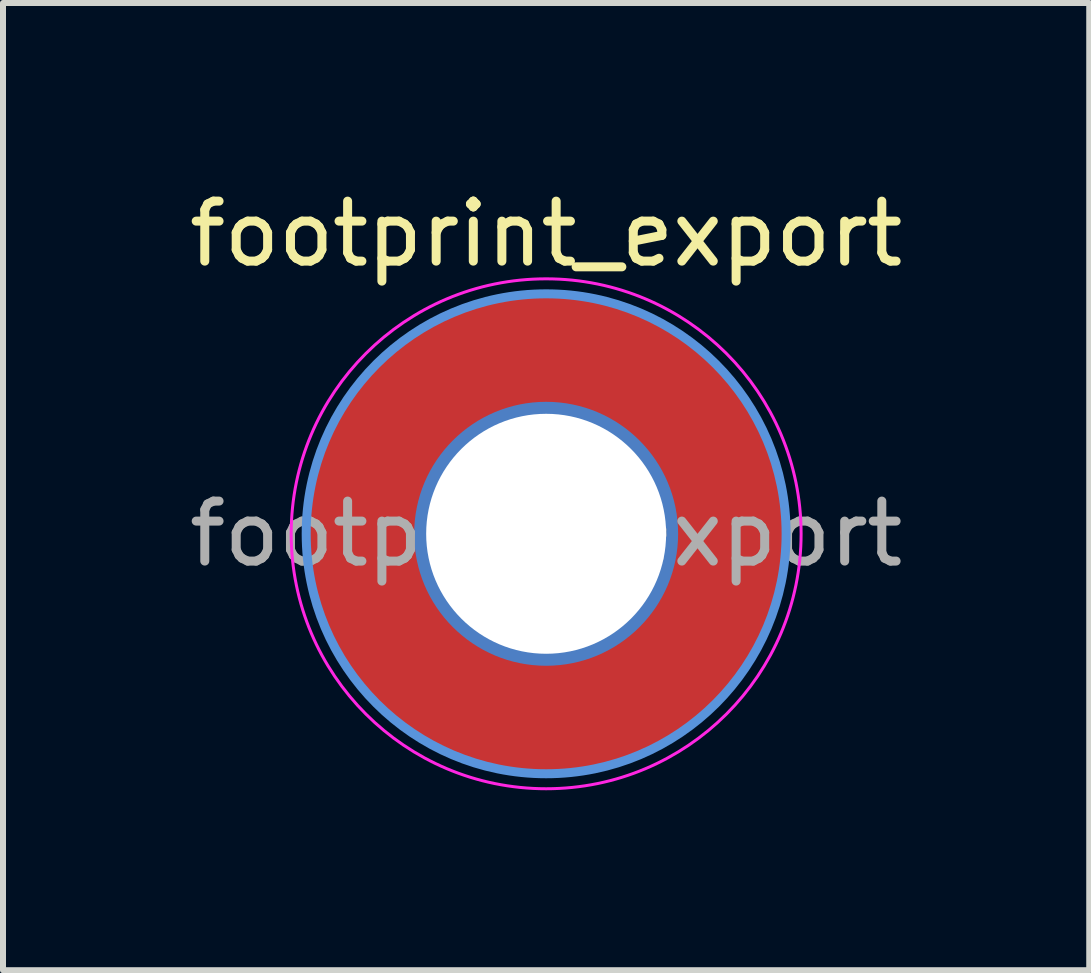
<source format=kicad_pcb>
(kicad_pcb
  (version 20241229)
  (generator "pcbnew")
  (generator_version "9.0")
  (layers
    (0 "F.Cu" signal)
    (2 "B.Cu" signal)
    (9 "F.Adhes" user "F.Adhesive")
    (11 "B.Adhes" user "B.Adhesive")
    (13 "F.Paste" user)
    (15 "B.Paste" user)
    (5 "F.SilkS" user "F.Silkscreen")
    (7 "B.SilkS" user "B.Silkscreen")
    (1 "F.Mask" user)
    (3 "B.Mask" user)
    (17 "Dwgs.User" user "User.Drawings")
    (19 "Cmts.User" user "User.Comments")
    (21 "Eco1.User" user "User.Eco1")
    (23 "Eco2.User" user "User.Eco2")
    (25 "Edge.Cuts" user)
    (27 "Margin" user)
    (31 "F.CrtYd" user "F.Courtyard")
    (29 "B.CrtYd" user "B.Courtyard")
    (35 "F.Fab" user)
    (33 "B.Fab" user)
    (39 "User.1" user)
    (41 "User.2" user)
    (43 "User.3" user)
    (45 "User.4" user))
  (footprint "footprint_export"
    (layer "F.Cu")
    (at 6.054 5.848)
    (property "Reference" "footprint_export" (at 0 -5 0) (layer "F.SilkS") (effects (font (size 1 1) (thickness 0.15))))
    (attr exclude_from_pos_files exclude_from_bom)
    (fp_circle (center 0 0) (end 4 0) (stroke (width 0.15) (type solid)) (fill no) (layer "Cmts.User"))
    (fp_circle (center 0 0) (end 4.25 0) (stroke (width 0.05) (type solid)) (fill no) (layer "F.CrtYd"))
    (fp_text user "${REFERENCE}" (at 0 0 0) (layer "F.Fab") (effects (font (size 1 1) (thickness 0.15))))
    (pad "1" thru_hole circle (at 0 0) (size 4.4 4.4) (drill 4) (layers "*.Cu" "*.Mask"))
    (pad "1" connect circle (at 0 0) (size 8 8) (layers "F.Cu" "F.Mask")))
  (gr_rect
    (start -3 -3)
    (end 15.107 13.123)
    (stroke (width 0.1) (type default))
    (fill no)
    (layer "Edge.Cuts")))
</source>
